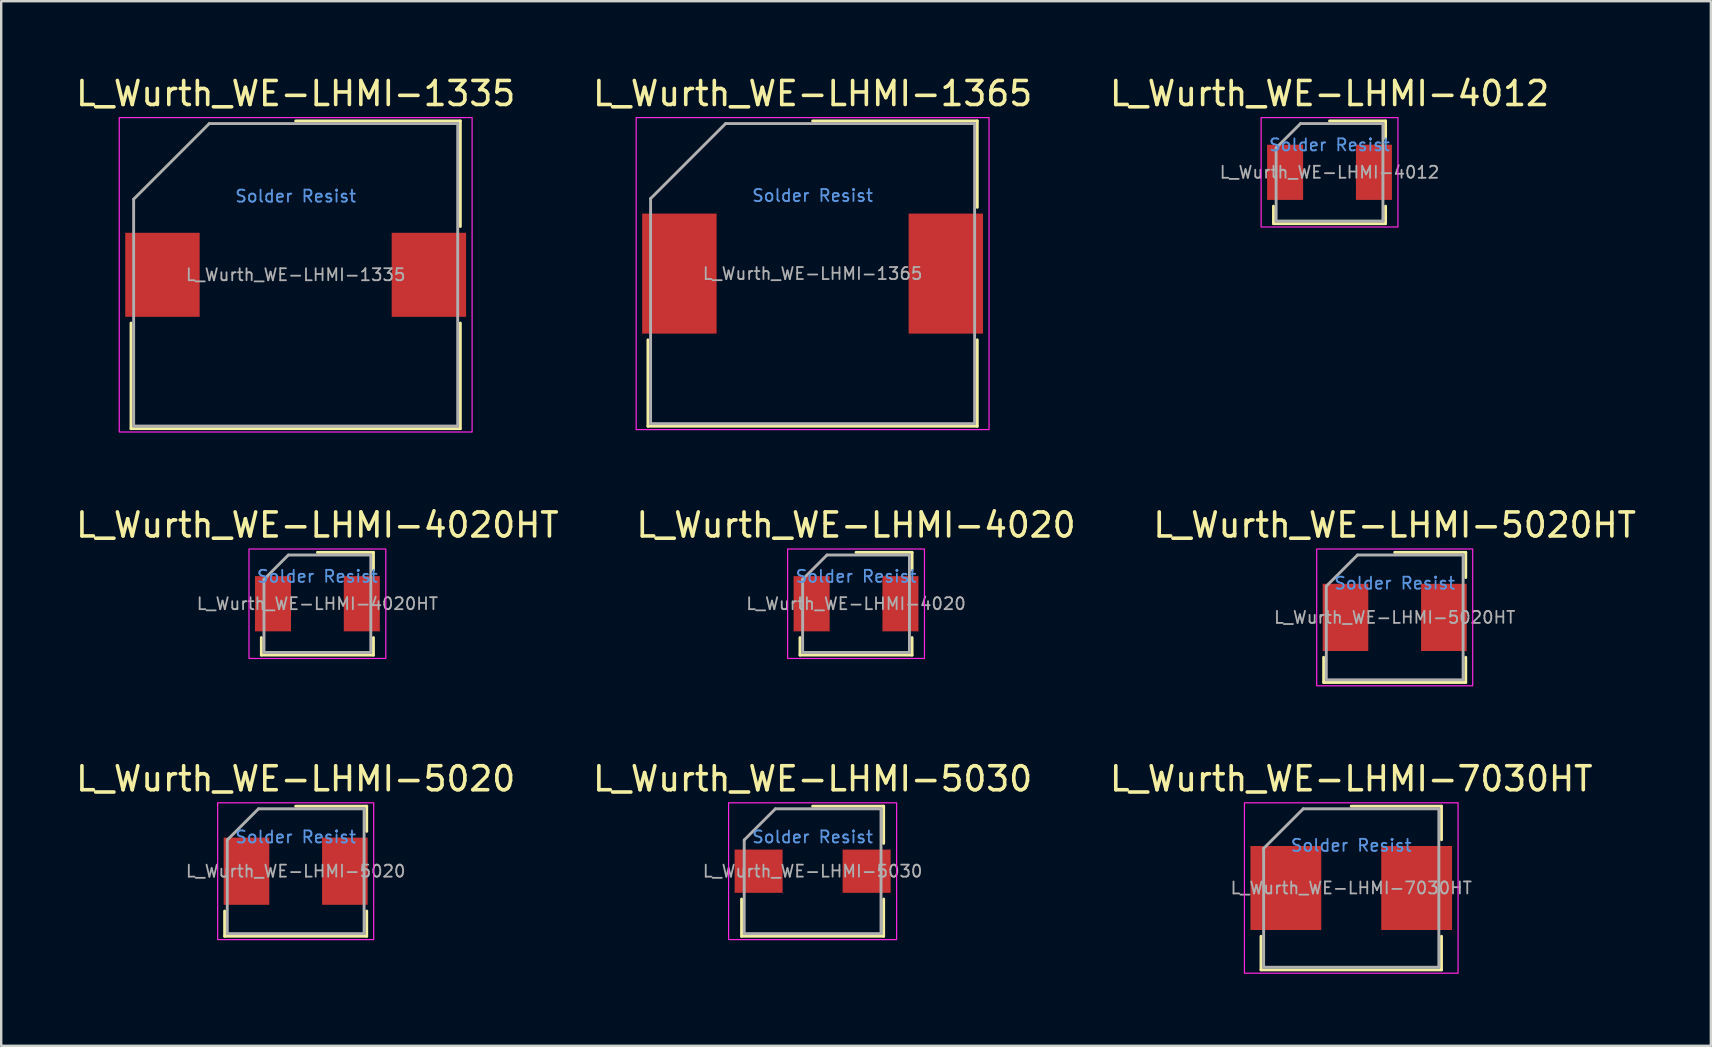
<source format=kicad_pcb>
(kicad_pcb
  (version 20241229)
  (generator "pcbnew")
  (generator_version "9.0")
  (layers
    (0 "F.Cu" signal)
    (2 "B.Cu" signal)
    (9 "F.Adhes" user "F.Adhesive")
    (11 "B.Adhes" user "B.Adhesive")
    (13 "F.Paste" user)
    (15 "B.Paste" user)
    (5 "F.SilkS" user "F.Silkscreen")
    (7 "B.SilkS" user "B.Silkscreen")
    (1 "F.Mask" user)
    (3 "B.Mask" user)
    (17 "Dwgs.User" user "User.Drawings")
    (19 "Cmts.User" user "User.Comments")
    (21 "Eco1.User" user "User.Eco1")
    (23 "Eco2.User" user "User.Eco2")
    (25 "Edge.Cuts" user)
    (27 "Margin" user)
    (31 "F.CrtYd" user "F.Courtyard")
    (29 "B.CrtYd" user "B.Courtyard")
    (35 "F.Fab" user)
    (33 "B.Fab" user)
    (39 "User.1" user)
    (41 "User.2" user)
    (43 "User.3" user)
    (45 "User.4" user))
  (footprint "L_Wurth_WE-LHMI-1335"
    (layer "F.Cu")
    (at 9.268 8.398)
    (property "Reference" "L_Wurth_WE-LHMI-1335" (at 0 -7.55 0) (unlocked yes) (layer "F.SilkS") (effects (font (size 1 1) (thickness 0.15))))
    (attr smd)
    (fp_line (start -6.86 6.41) (end -6.86 2.01) (stroke (width 0.12) (type solid)) (layer "F.SilkS"))
    (fp_line (start -6.86 6.41) (end 6.86 6.41) (stroke (width 0.12) (type solid)) (layer "F.SilkS"))
    (fp_line (start 0 -6.41) (end 6.86 -6.41) (stroke (width 0.12) (type solid)) (layer "F.SilkS"))
    (fp_line (start 6.86 -6.41) (end 6.86 -2.01) (stroke (width 0.12) (type solid)) (layer "F.SilkS"))
    (fp_line (start 6.86 6.41) (end 6.86 2.01) (stroke (width 0.12) (type solid)) (layer "F.SilkS"))
    (fp_rect (start -7.35 -6.55) (end 7.35 6.55) (stroke (width 0.05) (type solid)) (fill no) (layer "F.CrtYd"))
    (fp_line (start -6.75 -3.15) (end -6.75 6.3) (stroke (width 0.12) (type solid)) (layer "F.Fab"))
    (fp_line (start -6.75 6.3) (end 6.75 6.3) (stroke (width 0.12) (type solid)) (layer "F.Fab"))
    (fp_line (start -3.6 -6.3) (end -6.75 -3.15) (stroke (width 0.12) (type solid)) (layer "F.Fab"))
    (fp_line (start 6.75 -6.3) (end -3.6 -6.3) (stroke (width 0.12) (type solid)) (layer "F.Fab"))
    (fp_line (start 6.75 6.3) (end 6.75 -6.3) (stroke (width 0.12) (type solid)) (layer "F.Fab"))
    (fp_text user "Solder Resist" (at 0 -3.275 0) (unlocked yes) (layer "Cmts.User") (effects (font (size 0.5 0.5) (thickness 0.075))))
    (fp_text user "${REFERENCE}" (at 0 0 0) (unlocked yes) (layer "F.Fab") (effects (font (size 0.5 0.5) (thickness 0.075))))
    (pad "1" smd rect (at -5.55 0) (size 3.1 3.5) (layers "F.Cu" "F.Mask" "F.Paste"))
    (pad "2" smd rect (at 5.55 0) (size 3.1 3.5) (layers "F.Cu" "F.Mask" "F.Paste"))
    (zone (net_name "") (layers "F.Cu" "Dwgs.User") (name "Solder Resist") (hatch full 0.1) (connect_pads) (min_thickness 0.25) (filled_areas_thickness no) (keepout (tracks not_allowed) (vias not_allowed) (pads not_allowed) (copperpour not_allowed) (footprints not_allowed)) (placement (enabled no)) (fill) (polygon (pts (xy 5.268 14.948) (xy 13.268 14.948) (xy 13.268 1.848) (xy 5.268 1.848)))))
  (footprint "L_Wurth_WE-LHMI-5030"
    (layer "F.Cu")
    (at 30.804 33.245)
    (property "Reference" "L_Wurth_WE-LHMI-5030" (at 0 -3.85 0) (unlocked yes) (layer "F.SilkS") (effects (font (size 1 1) (thickness 0.15))))
    (attr smd)
    (fp_line (start -2.96 2.71) (end -2.96 1.16) (stroke (width 0.12) (type solid)) (layer "F.SilkS"))
    (fp_line (start -2.96 2.71) (end 2.96 2.71) (stroke (width 0.12) (type solid)) (layer "F.SilkS"))
    (fp_line (start 0 -2.71) (end 2.96 -2.71) (stroke (width 0.12) (type solid)) (layer "F.SilkS"))
    (fp_line (start 2.96 -2.71) (end 2.96 -1.16) (stroke (width 0.12) (type solid)) (layer "F.SilkS"))
    (fp_line (start 2.96 2.71) (end 2.96 1.16) (stroke (width 0.12) (type solid)) (layer "F.SilkS"))
    (fp_rect (start -3.5 -2.85) (end 3.5 2.85) (stroke (width 0.05) (type solid)) (fill no) (layer "F.CrtYd"))
    (fp_line (start -2.85 -1.3) (end -2.85 2.6) (stroke (width 0.12) (type solid)) (layer "F.Fab"))
    (fp_line (start -2.85 2.6) (end 2.85 2.6) (stroke (width 0.12) (type solid)) (layer "F.Fab"))
    (fp_line (start -1.55 -2.6) (end -2.85 -1.3) (stroke (width 0.12) (type solid)) (layer "F.Fab"))
    (fp_line (start 2.85 -2.6) (end -1.55 -2.6) (stroke (width 0.12) (type solid)) (layer "F.Fab"))
    (fp_line (start 2.85 2.6) (end 2.85 -2.6) (stroke (width 0.12) (type solid)) (layer "F.Fab"))
    (fp_text user "Solder Resist" (at 0 -1.425 0) (unlocked yes) (layer "Cmts.User") (effects (font (size 0.5 0.5) (thickness 0.075))))
    (fp_text user "${REFERENCE}" (at 0 0 0) (unlocked yes) (layer "F.Fab") (effects (font (size 0.5 0.5) (thickness 0.075))))
    (pad "1" smd rect (at -2.25 0) (size 2 1.8) (layers "F.Cu" "F.Mask" "F.Paste"))
    (pad "2" smd rect (at 2.25 0) (size 2 1.8) (layers "F.Cu" "F.Mask" "F.Paste"))
    (zone (net_name "") (layers "F.Cu" "Dwgs.User") (name "Solder Resist") (hatch full 0.1) (connect_pads) (min_thickness 0.25) (filled_areas_thickness no) (keepout (tracks not_allowed) (vias not_allowed) (pads not_allowed) (copperpour not_allowed) (footprints not_allowed)) (placement (enabled no)) (fill) (polygon (pts (xy 29.554 36.095) (xy 32.054 36.095) (xy 32.054 30.395) (xy 29.554 30.395)))))
  (footprint "L_Wurth_WE-LHMI-5020HT"
    (layer "F.Cu")
    (at 55.054 22.672)
    (property "Reference" "L_Wurth_WE-LHMI-5020HT" (at 0 -3.85 0) (unlocked yes) (layer "F.SilkS") (effects (font (size 1 1) (thickness 0.15))))
    (attr smd)
    (fp_line (start -2.96 2.71) (end -2.96 1.66) (stroke (width 0.12) (type solid)) (layer "F.SilkS"))
    (fp_line (start -2.96 2.71) (end 2.96 2.71) (stroke (width 0.12) (type solid)) (layer "F.SilkS"))
    (fp_line (start 0 -2.71) (end 2.96 -2.71) (stroke (width 0.12) (type solid)) (layer "F.SilkS"))
    (fp_line (start 2.96 -2.71) (end 2.96 -1.66) (stroke (width 0.12) (type solid)) (layer "F.SilkS"))
    (fp_line (start 2.96 2.71) (end 2.96 1.66) (stroke (width 0.12) (type solid)) (layer "F.SilkS"))
    (fp_rect (start -3.25 -2.85) (end 3.25 2.85) (stroke (width 0.05) (type solid)) (fill no) (layer "F.CrtYd"))
    (fp_line (start -2.85 -1.3) (end -2.85 2.6) (stroke (width 0.12) (type solid)) (layer "F.Fab"))
    (fp_line (start -2.85 2.6) (end 2.85 2.6) (stroke (width 0.12) (type solid)) (layer "F.Fab"))
    (fp_line (start -1.55 -2.6) (end -2.85 -1.3) (stroke (width 0.12) (type solid)) (layer "F.Fab"))
    (fp_line (start 2.85 -2.6) (end -1.55 -2.6) (stroke (width 0.12) (type solid)) (layer "F.Fab"))
    (fp_line (start 2.85 2.6) (end 2.85 -2.6) (stroke (width 0.12) (type solid)) (layer "F.Fab"))
    (fp_text user "Solder Resist" (at 0 -1.425 0) (unlocked yes) (layer "Cmts.User") (effects (font (size 0.5 0.5) (thickness 0.075))))
    (fp_text user "${REFERENCE}" (at 0 0 0) (unlocked yes) (layer "F.Fab") (effects (font (size 0.5 0.5) (thickness 0.075))))
    (pad "1" smd rect (at -2.05 0) (size 1.9 2.8) (layers "F.Cu" "F.Mask" "F.Paste"))
    (pad "2" smd rect (at 2.05 0) (size 1.9 2.8) (layers "F.Cu" "F.Mask" "F.Paste"))
    (zone (net_name "") (layers "F.Cu" "Dwgs.User") (name "Solder Resist") (hatch full 0.1) (connect_pads) (min_thickness 0.25) (filled_areas_thickness no) (keepout (tracks not_allowed) (vias not_allowed) (pads not_allowed) (copperpour not_allowed) (footprints not_allowed)) (placement (enabled no)) (fill) (polygon (pts (xy 53.954 25.521) (xy 56.154 25.521) (xy 56.154 19.822) (xy 53.954 19.822)))))
  (footprint "L_Wurth_WE-LHMI-4012"
    (layer "F.Cu")
    (at 52.339 4.128)
    (property "Reference" "L_Wurth_WE-LHMI-4012" (at 0 -3.28 0) (unlocked yes) (layer "F.SilkS") (effects (font (size 1 1) (thickness 0.15))))
    (attr smd)
    (fp_line (start -2.335 2.14) (end -2.335 1.41) (stroke (width 0.12) (type solid)) (layer "F.SilkS"))
    (fp_line (start -2.335 2.14) (end 2.335 2.14) (stroke (width 0.12) (type solid)) (layer "F.SilkS"))
    (fp_line (start 0 -2.14) (end 2.335 -2.14) (stroke (width 0.12) (type solid)) (layer "F.SilkS"))
    (fp_line (start 2.335 -2.14) (end 2.335 -1.41) (stroke (width 0.12) (type solid)) (layer "F.SilkS"))
    (fp_line (start 2.335 2.14) (end 2.335 1.41) (stroke (width 0.12) (type solid)) (layer "F.SilkS"))
    (fp_rect (start -2.85 -2.28) (end 2.85 2.28) (stroke (width 0.05) (type solid)) (fill no) (layer "F.CrtYd"))
    (fp_line (start -2.225 -1.015) (end -2.225 2.03) (stroke (width 0.12) (type solid)) (layer "F.Fab"))
    (fp_line (start -2.225 2.03) (end 2.225 2.03) (stroke (width 0.12) (type solid)) (layer "F.Fab"))
    (fp_line (start -1.21 -2.03) (end -2.225 -1.015) (stroke (width 0.12) (type solid)) (layer "F.Fab"))
    (fp_line (start 2.225 -2.03) (end -1.21 -2.03) (stroke (width 0.12) (type solid)) (layer "F.Fab"))
    (fp_line (start 2.225 2.03) (end 2.225 -2.03) (stroke (width 0.12) (type solid)) (layer "F.Fab"))
    (fp_text user "Solder Resist" (at 0 -1.14 0) (unlocked yes) (layer "Cmts.User") (effects (font (size 0.5 0.5) (thickness 0.075))))
    (fp_text user "${REFERENCE}" (at 0 0 0) (unlocked yes) (layer "F.Fab") (effects (font (size 0.5 0.5) (thickness 0.075))))
    (pad "1" smd rect (at -1.85 0) (size 1.5 2.3) (layers "F.Cu" "F.Mask" "F.Paste"))
    (pad "2" smd rect (at 1.85 0) (size 1.5 2.3) (layers "F.Cu" "F.Mask" "F.Paste"))
    (zone (net_name "") (layers "F.Cu" "Dwgs.User") (name "Solder Resist") (hatch full 0.1) (connect_pads) (min_thickness 0.25) (filled_areas_thickness no) (keepout (tracks not_allowed) (vias not_allowed) (pads not_allowed) (copperpour not_allowed) (footprints not_allowed)) (placement (enabled no)) (fill) (polygon (pts (xy 51.239 6.408) (xy 53.439 6.408) (xy 53.439 1.848) (xy 51.239 1.848)))))
  (footprint "L_Wurth_WE-LHMI-4020"
    (layer "F.Cu")
    (at 32.613 22.102)
    (property "Reference" "L_Wurth_WE-LHMI-4020" (at 0 -3.28 0) (unlocked yes) (layer "F.SilkS") (effects (font (size 1 1) (thickness 0.15))))
    (attr smd)
    (fp_line (start -2.335 2.14) (end -2.335 1.41) (stroke (width 0.12) (type solid)) (layer "F.SilkS"))
    (fp_line (start -2.335 2.14) (end 2.335 2.14) (stroke (width 0.12) (type solid)) (layer "F.SilkS"))
    (fp_line (start 0 -2.14) (end 2.335 -2.14) (stroke (width 0.12) (type solid)) (layer "F.SilkS"))
    (fp_line (start 2.335 -2.14) (end 2.335 -1.41) (stroke (width 0.12) (type solid)) (layer "F.SilkS"))
    (fp_line (start 2.335 2.14) (end 2.335 1.41) (stroke (width 0.12) (type solid)) (layer "F.SilkS"))
    (fp_rect (start -2.85 -2.28) (end 2.85 2.28) (stroke (width 0.05) (type solid)) (fill no) (layer "F.CrtYd"))
    (fp_line (start -2.225 -1.015) (end -2.225 2.03) (stroke (width 0.12) (type solid)) (layer "F.Fab"))
    (fp_line (start -2.225 2.03) (end 2.225 2.03) (stroke (width 0.12) (type solid)) (layer "F.Fab"))
    (fp_line (start -1.21 -2.03) (end -2.225 -1.015) (stroke (width 0.12) (type solid)) (layer "F.Fab"))
    (fp_line (start 2.225 -2.03) (end -1.21 -2.03) (stroke (width 0.12) (type solid)) (layer "F.Fab"))
    (fp_line (start 2.225 2.03) (end 2.225 -2.03) (stroke (width 0.12) (type solid)) (layer "F.Fab"))
    (fp_text user "Solder Resist" (at 0 -1.14 0) (unlocked yes) (layer "Cmts.User") (effects (font (size 0.5 0.5) (thickness 0.075))))
    (fp_text user "${REFERENCE}" (at 0 0 0) (unlocked yes) (layer "F.Fab") (effects (font (size 0.5 0.5) (thickness 0.075))))
    (pad "1" smd rect (at -1.85 0) (size 1.5 2.3) (layers "F.Cu" "F.Mask" "F.Paste"))
    (pad "2" smd rect (at 1.85 0) (size 1.5 2.3) (layers "F.Cu" "F.Mask" "F.Paste"))
    (zone (net_name "") (layers "F.Cu" "Dwgs.User") (name "Solder Resist") (hatch full 0.1) (connect_pads) (min_thickness 0.25) (filled_areas_thickness no) (keepout (tracks not_allowed) (vias not_allowed) (pads not_allowed) (copperpour not_allowed) (footprints not_allowed)) (placement (enabled no)) (fill) (polygon (pts (xy 31.513 24.381) (xy 33.713 24.381) (xy 33.713 19.822) (xy 31.513 19.822)))))
  (footprint "L_Wurth_WE-LHMI-7030HT"
    (layer "F.Cu")
    (at 53.244 33.945)
    (property "Reference" "L_Wurth_WE-LHMI-7030HT" (at 0 -4.55 0) (unlocked yes) (layer "F.SilkS") (effects (font (size 1 1) (thickness 0.15))))
    (attr smd)
    (fp_line (start -3.76 3.41) (end -3.76 2.01) (stroke (width 0.12) (type solid)) (layer "F.SilkS"))
    (fp_line (start -3.76 3.41) (end 3.76 3.41) (stroke (width 0.12) (type solid)) (layer "F.SilkS"))
    (fp_line (start 0 -3.41) (end 3.76 -3.41) (stroke (width 0.12) (type solid)) (layer "F.SilkS"))
    (fp_line (start 3.76 -3.41) (end 3.76 -2.01) (stroke (width 0.12) (type solid)) (layer "F.SilkS"))
    (fp_line (start 3.76 3.41) (end 3.76 2.01) (stroke (width 0.12) (type solid)) (layer "F.SilkS"))
    (fp_rect (start -4.45 -3.55) (end 4.45 3.55) (stroke (width 0.05) (type solid)) (fill no) (layer "F.CrtYd"))
    (fp_line (start -3.65 -1.65) (end -3.65 3.3) (stroke (width 0.12) (type solid)) (layer "F.Fab"))
    (fp_line (start -3.65 3.3) (end 3.65 3.3) (stroke (width 0.12) (type solid)) (layer "F.Fab"))
    (fp_line (start -2 -3.3) (end -3.65 -1.65) (stroke (width 0.12) (type solid)) (layer "F.Fab"))
    (fp_line (start 3.65 -3.3) (end -2 -3.3) (stroke (width 0.12) (type solid)) (layer "F.Fab"))
    (fp_line (start 3.65 3.3) (end 3.65 -3.3) (stroke (width 0.12) (type solid)) (layer "F.Fab"))
    (fp_text user "Solder Resist" (at 0 -1.775 0) (unlocked yes) (layer "Cmts.User") (effects (font (size 0.5 0.5) (thickness 0.075))))
    (fp_text user "${REFERENCE}" (at 0 0 0) (unlocked yes) (layer "F.Fab") (effects (font (size 0.5 0.5) (thickness 0.075))))
    (pad "1" smd rect (at -2.725 0) (size 2.95 3.5) (layers "F.Cu" "F.Mask" "F.Paste"))
    (pad "2" smd rect (at 2.725 0) (size 2.95 3.5) (layers "F.Cu" "F.Mask" "F.Paste"))
    (zone (net_name "") (layers "F.Cu" "Dwgs.User") (name "Solder Resist") (hatch full 0.1) (connect_pads) (min_thickness 0.25) (filled_areas_thickness no) (keepout (tracks not_allowed) (vias not_allowed) (pads not_allowed) (copperpour not_allowed) (footprints not_allowed)) (placement (enabled no)) (fill) (polygon (pts (xy 51.994 37.495) (xy 54.494 37.495) (xy 54.494 30.395) (xy 51.994 30.395)))))
  (footprint "L_Wurth_WE-LHMI-4020HT"
    (layer "F.Cu")
    (at 10.173 22.102)
    (property "Reference" "L_Wurth_WE-LHMI-4020HT" (at 0 -3.28 0) (unlocked yes) (layer "F.SilkS") (effects (font (size 1 1) (thickness 0.15))))
    (attr smd)
    (fp_line (start -2.335 2.14) (end -2.335 1.41) (stroke (width 0.12) (type solid)) (layer "F.SilkS"))
    (fp_line (start -2.335 2.14) (end 2.335 2.14) (stroke (width 0.12) (type solid)) (layer "F.SilkS"))
    (fp_line (start 0 -2.14) (end 2.335 -2.14) (stroke (width 0.12) (type solid)) (layer "F.SilkS"))
    (fp_line (start 2.335 -2.14) (end 2.335 -1.41) (stroke (width 0.12) (type solid)) (layer "F.SilkS"))
    (fp_line (start 2.335 2.14) (end 2.335 1.41) (stroke (width 0.12) (type solid)) (layer "F.SilkS"))
    (fp_rect (start -2.85 -2.28) (end 2.85 2.28) (stroke (width 0.05) (type solid)) (fill no) (layer "F.CrtYd"))
    (fp_line (start -2.225 -1.015) (end -2.225 2.03) (stroke (width 0.12) (type solid)) (layer "F.Fab"))
    (fp_line (start -2.225 2.03) (end 2.225 2.03) (stroke (width 0.12) (type solid)) (layer "F.Fab"))
    (fp_line (start -1.21 -2.03) (end -2.225 -1.015) (stroke (width 0.12) (type solid)) (layer "F.Fab"))
    (fp_line (start 2.225 -2.03) (end -1.21 -2.03) (stroke (width 0.12) (type solid)) (layer "F.Fab"))
    (fp_line (start 2.225 2.03) (end 2.225 -2.03) (stroke (width 0.12) (type solid)) (layer "F.Fab"))
    (fp_text user "Solder Resist" (at 0 -1.14 0) (unlocked yes) (layer "Cmts.User") (effects (font (size 0.5 0.5) (thickness 0.075))))
    (fp_text user "${REFERENCE}" (at 0 0 0) (unlocked yes) (layer "F.Fab") (effects (font (size 0.5 0.5) (thickness 0.075))))
    (pad "1" smd rect (at -1.85 0) (size 1.5 2.3) (layers "F.Cu" "F.Mask" "F.Paste"))
    (pad "2" smd rect (at 1.85 0) (size 1.5 2.3) (layers "F.Cu" "F.Mask" "F.Paste"))
    (zone (net_name "") (layers "F.Cu" "Dwgs.User") (name "Solder Resist") (hatch full 0.1) (connect_pads) (min_thickness 0.25) (filled_areas_thickness no) (keepout (tracks not_allowed) (vias not_allowed) (pads not_allowed) (copperpour not_allowed) (footprints not_allowed)) (placement (enabled no)) (fill) (polygon (pts (xy 9.073 24.381) (xy 11.273 24.381) (xy 11.273 19.822) (xy 9.073 19.822)))))
  (footprint "L_Wurth_WE-LHMI-1365"
    (layer "F.Cu")
    (at 30.804 8.348)
    (property "Reference" "L_Wurth_WE-LHMI-1365" (at 0 -7.5 0) (unlocked yes) (layer "F.SilkS") (effects (font (size 1 1) (thickness 0.15))))
    (attr smd)
    (fp_line (start -6.86 6.36) (end -6.86 2.76) (stroke (width 0.12) (type solid)) (layer "F.SilkS"))
    (fp_line (start -6.86 6.36) (end 6.86 6.36) (stroke (width 0.12) (type solid)) (layer "F.SilkS"))
    (fp_line (start 0 -6.36) (end 6.86 -6.36) (stroke (width 0.12) (type solid)) (layer "F.SilkS"))
    (fp_line (start 6.86 -6.36) (end 6.86 -2.76) (stroke (width 0.12) (type solid)) (layer "F.SilkS"))
    (fp_line (start 6.86 6.36) (end 6.86 2.76) (stroke (width 0.12) (type solid)) (layer "F.SilkS"))
    (fp_rect (start -7.35 -6.5) (end 7.35 6.5) (stroke (width 0.05) (type solid)) (fill no) (layer "F.CrtYd"))
    (fp_line (start -6.75 -3.125) (end -6.75 6.25) (stroke (width 0.12) (type solid)) (layer "F.Fab"))
    (fp_line (start -6.75 6.25) (end 6.75 6.25) (stroke (width 0.12) (type solid)) (layer "F.Fab"))
    (fp_line (start -3.625 -6.25) (end -6.75 -3.125) (stroke (width 0.12) (type solid)) (layer "F.Fab"))
    (fp_line (start 6.75 -6.25) (end -3.625 -6.25) (stroke (width 0.12) (type solid)) (layer "F.Fab"))
    (fp_line (start 6.75 6.25) (end 6.75 -6.25) (stroke (width 0.12) (type solid)) (layer "F.Fab"))
    (fp_text user "Solder Resist" (at 0 -3.25 0) (unlocked yes) (layer "Cmts.User") (effects (font (size 0.5 0.5) (thickness 0.075))))
    (fp_text user "${REFERENCE}" (at 0 0 0) (unlocked yes) (layer "F.Fab") (effects (font (size 0.5 0.5) (thickness 0.075))))
    (pad "1" smd rect (at -5.55 0) (size 3.1 5) (layers "F.Cu" "F.Mask" "F.Paste"))
    (pad "2" smd rect (at 5.55 0) (size 3.1 5) (layers "F.Cu" "F.Mask" "F.Paste"))
    (zone (net_name "") (layers "F.Cu" "Dwgs.User") (name "Solder Resist") (hatch full 0.1) (connect_pads) (min_thickness 0.25) (filled_areas_thickness no) (keepout (tracks not_allowed) (vias not_allowed) (pads not_allowed) (copperpour not_allowed) (footprints not_allowed)) (placement (enabled no)) (fill) (polygon (pts (xy 26.804 14.848) (xy 34.804 14.848) (xy 34.804 1.848) (xy 26.804 1.848)))))
  (footprint "L_Wurth_WE-LHMI-5020"
    (layer "F.Cu")
    (at 9.268 33.245)
    (property "Reference" "L_Wurth_WE-LHMI-5020" (at 0 -3.85 0) (unlocked yes) (layer "F.SilkS") (effects (font (size 1 1) (thickness 0.15))))
    (attr smd)
    (fp_line (start -2.96 2.71) (end -2.96 1.66) (stroke (width 0.12) (type solid)) (layer "F.SilkS"))
    (fp_line (start -2.96 2.71) (end 2.96 2.71) (stroke (width 0.12) (type solid)) (layer "F.SilkS"))
    (fp_line (start 0 -2.71) (end 2.96 -2.71) (stroke (width 0.12) (type solid)) (layer "F.SilkS"))
    (fp_line (start 2.96 -2.71) (end 2.96 -1.66) (stroke (width 0.12) (type solid)) (layer "F.SilkS"))
    (fp_line (start 2.96 2.71) (end 2.96 1.66) (stroke (width 0.12) (type solid)) (layer "F.SilkS"))
    (fp_rect (start -3.25 -2.85) (end 3.25 2.85) (stroke (width 0.05) (type solid)) (fill no) (layer "F.CrtYd"))
    (fp_line (start -2.85 -1.3) (end -2.85 2.6) (stroke (width 0.12) (type solid)) (layer "F.Fab"))
    (fp_line (start -2.85 2.6) (end 2.85 2.6) (stroke (width 0.12) (type solid)) (layer "F.Fab"))
    (fp_line (start -1.55 -2.6) (end -2.85 -1.3) (stroke (width 0.12) (type solid)) (layer "F.Fab"))
    (fp_line (start 2.85 -2.6) (end -1.55 -2.6) (stroke (width 0.12) (type solid)) (layer "F.Fab"))
    (fp_line (start 2.85 2.6) (end 2.85 -2.6) (stroke (width 0.12) (type solid)) (layer "F.Fab"))
    (fp_text user "Solder Resist" (at 0 -1.425 0) (unlocked yes) (layer "Cmts.User") (effects (font (size 0.5 0.5) (thickness 0.075))))
    (fp_text user "${REFERENCE}" (at 0 0 0) (unlocked yes) (layer "F.Fab") (effects (font (size 0.5 0.5) (thickness 0.075))))
    (pad "1" smd rect (at -2.05 0) (size 1.9 2.8) (layers "F.Cu" "F.Mask" "F.Paste"))
    (pad "2" smd rect (at 2.05 0) (size 1.9 2.8) (layers "F.Cu" "F.Mask" "F.Paste"))
    (zone (net_name "") (layers "F.Cu" "Dwgs.User") (name "Solder Resist") (hatch full 0.1) (connect_pads) (min_thickness 0.25) (filled_areas_thickness no) (keepout (tracks not_allowed) (vias not_allowed) (pads not_allowed) (copperpour not_allowed) (footprints not_allowed)) (placement (enabled no)) (fill) (polygon (pts (xy 8.168 36.095) (xy 10.368 36.095) (xy 10.368 30.395) (xy 8.168 30.395)))))
  (gr_rect
    (start -3 -3)
    (end 68.226 40.52)
    (stroke (width 0.1) (type default))
    (fill no)
    (layer "Edge.Cuts")))
</source>
